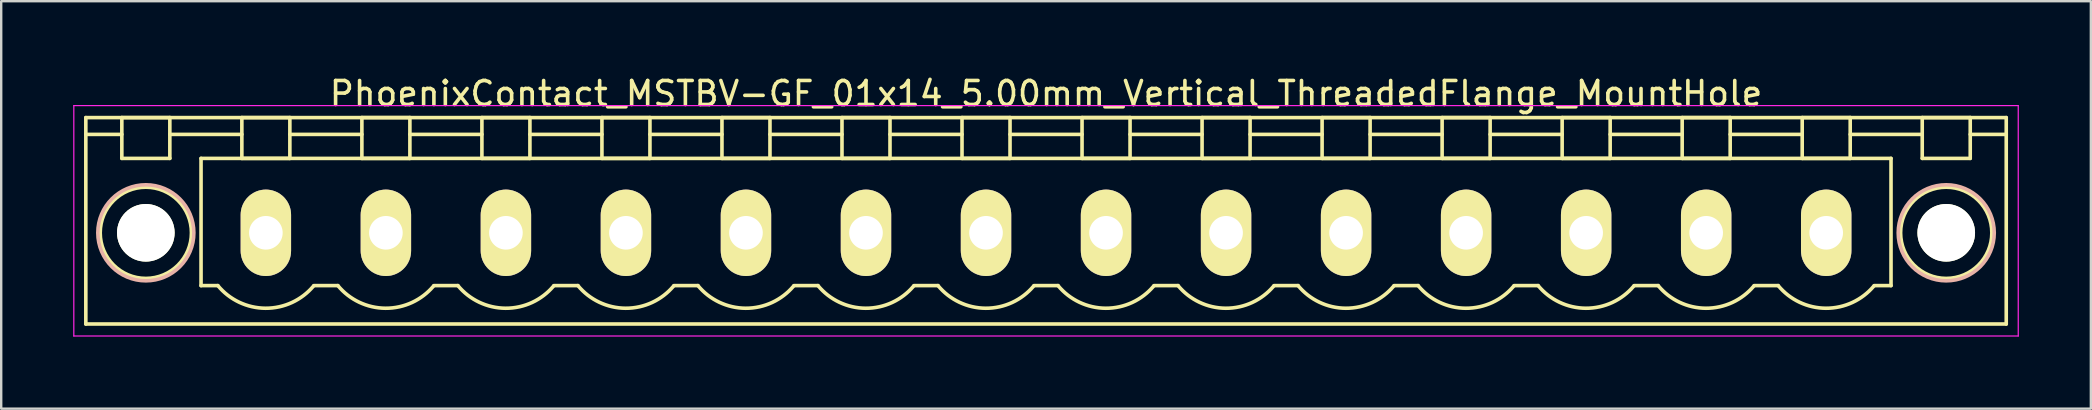
<source format=kicad_pcb>
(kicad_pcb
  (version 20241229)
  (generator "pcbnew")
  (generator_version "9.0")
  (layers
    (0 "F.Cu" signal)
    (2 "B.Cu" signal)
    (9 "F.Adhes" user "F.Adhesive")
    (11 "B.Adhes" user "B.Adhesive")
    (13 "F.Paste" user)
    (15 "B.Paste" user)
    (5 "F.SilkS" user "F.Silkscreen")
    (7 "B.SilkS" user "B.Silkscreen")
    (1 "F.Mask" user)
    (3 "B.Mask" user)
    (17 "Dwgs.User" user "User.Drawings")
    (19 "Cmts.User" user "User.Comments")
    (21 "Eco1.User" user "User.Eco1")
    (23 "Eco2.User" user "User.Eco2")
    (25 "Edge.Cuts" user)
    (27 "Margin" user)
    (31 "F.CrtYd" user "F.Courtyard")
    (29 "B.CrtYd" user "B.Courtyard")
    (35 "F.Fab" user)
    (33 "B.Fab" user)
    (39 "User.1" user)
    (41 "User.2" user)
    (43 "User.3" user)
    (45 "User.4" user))
  (footprint "PhoenixContact_MSTBV-GF_01x14_5.00mm_Vertical_ThreadedFlange_MountHole"
    (layer "F.Cu")
    (at 8.025 6.648)
    (property "Reference" "PhoenixContact_MSTBV-GF_01x14_5.00mm_Vertical_ThreadedFlange_MountHole" (at 32.5 -5.8 0) (layer "F.SilkS") (effects (font (size 1 1) (thickness 0.15))))
    (attr through_hole)
    (fp_line (start -7.5 -4.8) (end -7.5 3.8) (stroke (width 0.15) (type solid)) (layer "F.SilkS"))
    (fp_line (start -7.5 -4.1) (end -6 -4.1) (stroke (width 0.15) (type solid)) (layer "F.SilkS"))
    (fp_line (start -7.5 3.8) (end 72.5 3.8) (stroke (width 0.15) (type solid)) (layer "F.SilkS"))
    (fp_line (start -6 -4.8) (end -4 -4.8) (stroke (width 0.15) (type solid)) (layer "F.SilkS"))
    (fp_line (start -6 -3.1) (end -6 -4.8) (stroke (width 0.15) (type solid)) (layer "F.SilkS"))
    (fp_line (start -4 -4.8) (end -4 -3.1) (stroke (width 0.15) (type solid)) (layer "F.SilkS"))
    (fp_line (start -4 -4.1) (end -1 -4.1) (stroke (width 0.15) (type solid)) (layer "F.SilkS"))
    (fp_line (start -4 -3.1) (end -6 -3.1) (stroke (width 0.15) (type solid)) (layer "F.SilkS"))
    (fp_line (start -2.7 -3.1) (end 67.7 -3.1) (stroke (width 0.15) (type solid)) (layer "F.SilkS"))
    (fp_line (start -2.7 2.2) (end -2.7 -3.1) (stroke (width 0.15) (type solid)) (layer "F.SilkS"))
    (fp_line (start -2 2.2) (end -2.7 2.2) (stroke (width 0.15) (type solid)) (layer "F.SilkS"))
    (fp_line (start -1 -4.8) (end 1 -4.8) (stroke (width 0.15) (type solid)) (layer "F.SilkS"))
    (fp_line (start -1 -3.1) (end -1 -4.8) (stroke (width 0.15) (type solid)) (layer "F.SilkS"))
    (fp_line (start 1 -4.8) (end 1 -3.1) (stroke (width 0.15) (type solid)) (layer "F.SilkS"))
    (fp_line (start 1 -4.1) (end 4 -4.1) (stroke (width 0.15) (type solid)) (layer "F.SilkS"))
    (fp_line (start 1 -3.1) (end -1 -3.1) (stroke (width 0.15) (type solid)) (layer "F.SilkS"))
    (fp_line (start 2 2.2) (end 3 2.2) (stroke (width 0.15) (type solid)) (layer "F.SilkS"))
    (fp_line (start 4 -4.8) (end 6 -4.8) (stroke (width 0.15) (type solid)) (layer "F.SilkS"))
    (fp_line (start 4 -3.1) (end 4 -4.8) (stroke (width 0.15) (type solid)) (layer "F.SilkS"))
    (fp_line (start 6 -4.8) (end 6 -3.1) (stroke (width 0.15) (type solid)) (layer "F.SilkS"))
    (fp_line (start 6 -4.1) (end 9 -4.1) (stroke (width 0.15) (type solid)) (layer "F.SilkS"))
    (fp_line (start 6 -3.1) (end 4 -3.1) (stroke (width 0.15) (type solid)) (layer "F.SilkS"))
    (fp_line (start 7 2.2) (end 8 2.2) (stroke (width 0.15) (type solid)) (layer "F.SilkS"))
    (fp_line (start 9 -4.8) (end 11 -4.8) (stroke (width 0.15) (type solid)) (layer "F.SilkS"))
    (fp_line (start 9 -3.1) (end 9 -4.8) (stroke (width 0.15) (type solid)) (layer "F.SilkS"))
    (fp_line (start 11 -4.8) (end 11 -3.1) (stroke (width 0.15) (type solid)) (layer "F.SilkS"))
    (fp_line (start 11 -4.1) (end 14 -4.1) (stroke (width 0.15) (type solid)) (layer "F.SilkS"))
    (fp_line (start 11 -3.1) (end 9 -3.1) (stroke (width 0.15) (type solid)) (layer "F.SilkS"))
    (fp_line (start 12 2.2) (end 13 2.2) (stroke (width 0.15) (type solid)) (layer "F.SilkS"))
    (fp_line (start 14 -4.8) (end 16 -4.8) (stroke (width 0.15) (type solid)) (layer "F.SilkS"))
    (fp_line (start 14 -3.1) (end 14 -4.8) (stroke (width 0.15) (type solid)) (layer "F.SilkS"))
    (fp_line (start 16 -4.8) (end 16 -3.1) (stroke (width 0.15) (type solid)) (layer "F.SilkS"))
    (fp_line (start 16 -4.1) (end 19 -4.1) (stroke (width 0.15) (type solid)) (layer "F.SilkS"))
    (fp_line (start 16 -3.1) (end 14 -3.1) (stroke (width 0.15) (type solid)) (layer "F.SilkS"))
    (fp_line (start 17 2.2) (end 18 2.2) (stroke (width 0.15) (type solid)) (layer "F.SilkS"))
    (fp_line (start 19 -4.8) (end 21 -4.8) (stroke (width 0.15) (type solid)) (layer "F.SilkS"))
    (fp_line (start 19 -3.1) (end 19 -4.8) (stroke (width 0.15) (type solid)) (layer "F.SilkS"))
    (fp_line (start 21 -4.8) (end 21 -3.1) (stroke (width 0.15) (type solid)) (layer "F.SilkS"))
    (fp_line (start 21 -4.1) (end 24 -4.1) (stroke (width 0.15) (type solid)) (layer "F.SilkS"))
    (fp_line (start 21 -3.1) (end 19 -3.1) (stroke (width 0.15) (type solid)) (layer "F.SilkS"))
    (fp_line (start 22 2.2) (end 23 2.2) (stroke (width 0.15) (type solid)) (layer "F.SilkS"))
    (fp_line (start 24 -4.8) (end 26 -4.8) (stroke (width 0.15) (type solid)) (layer "F.SilkS"))
    (fp_line (start 24 -3.1) (end 24 -4.8) (stroke (width 0.15) (type solid)) (layer "F.SilkS"))
    (fp_line (start 26 -4.8) (end 26 -3.1) (stroke (width 0.15) (type solid)) (layer "F.SilkS"))
    (fp_line (start 26 -4.1) (end 29 -4.1) (stroke (width 0.15) (type solid)) (layer "F.SilkS"))
    (fp_line (start 26 -3.1) (end 24 -3.1) (stroke (width 0.15) (type solid)) (layer "F.SilkS"))
    (fp_line (start 27 2.2) (end 28 2.2) (stroke (width 0.15) (type solid)) (layer "F.SilkS"))
    (fp_line (start 29 -4.8) (end 31 -4.8) (stroke (width 0.15) (type solid)) (layer "F.SilkS"))
    (fp_line (start 29 -3.1) (end 29 -4.8) (stroke (width 0.15) (type solid)) (layer "F.SilkS"))
    (fp_line (start 31 -4.8) (end 31 -3.1) (stroke (width 0.15) (type solid)) (layer "F.SilkS"))
    (fp_line (start 31 -4.1) (end 34 -4.1) (stroke (width 0.15) (type solid)) (layer "F.SilkS"))
    (fp_line (start 31 -3.1) (end 29 -3.1) (stroke (width 0.15) (type solid)) (layer "F.SilkS"))
    (fp_line (start 32 2.2) (end 33 2.2) (stroke (width 0.15) (type solid)) (layer "F.SilkS"))
    (fp_line (start 34 -4.8) (end 36 -4.8) (stroke (width 0.15) (type solid)) (layer "F.SilkS"))
    (fp_line (start 34 -3.1) (end 34 -4.8) (stroke (width 0.15) (type solid)) (layer "F.SilkS"))
    (fp_line (start 36 -4.8) (end 36 -3.1) (stroke (width 0.15) (type solid)) (layer "F.SilkS"))
    (fp_line (start 36 -4.1) (end 39 -4.1) (stroke (width 0.15) (type solid)) (layer "F.SilkS"))
    (fp_line (start 36 -3.1) (end 34 -3.1) (stroke (width 0.15) (type solid)) (layer "F.SilkS"))
    (fp_line (start 37 2.2) (end 38 2.2) (stroke (width 0.15) (type solid)) (layer "F.SilkS"))
    (fp_line (start 39 -4.8) (end 41 -4.8) (stroke (width 0.15) (type solid)) (layer "F.SilkS"))
    (fp_line (start 39 -3.1) (end 39 -4.8) (stroke (width 0.15) (type solid)) (layer "F.SilkS"))
    (fp_line (start 41 -4.8) (end 41 -3.1) (stroke (width 0.15) (type solid)) (layer "F.SilkS"))
    (fp_line (start 41 -4.1) (end 44 -4.1) (stroke (width 0.15) (type solid)) (layer "F.SilkS"))
    (fp_line (start 41 -3.1) (end 39 -3.1) (stroke (width 0.15) (type solid)) (layer "F.SilkS"))
    (fp_line (start 42 2.2) (end 43 2.2) (stroke (width 0.15) (type solid)) (layer "F.SilkS"))
    (fp_line (start 44 -4.8) (end 46 -4.8) (stroke (width 0.15) (type solid)) (layer "F.SilkS"))
    (fp_line (start 44 -3.1) (end 44 -4.8) (stroke (width 0.15) (type solid)) (layer "F.SilkS"))
    (fp_line (start 46 -4.8) (end 46 -3.1) (stroke (width 0.15) (type solid)) (layer "F.SilkS"))
    (fp_line (start 46 -4.1) (end 49 -4.1) (stroke (width 0.15) (type solid)) (layer "F.SilkS"))
    (fp_line (start 46 -3.1) (end 44 -3.1) (stroke (width 0.15) (type solid)) (layer "F.SilkS"))
    (fp_line (start 47 2.2) (end 48 2.2) (stroke (width 0.15) (type solid)) (layer "F.SilkS"))
    (fp_line (start 49 -4.8) (end 51 -4.8) (stroke (width 0.15) (type solid)) (layer "F.SilkS"))
    (fp_line (start 49 -3.1) (end 49 -4.8) (stroke (width 0.15) (type solid)) (layer "F.SilkS"))
    (fp_line (start 51 -4.8) (end 51 -3.1) (stroke (width 0.15) (type solid)) (layer "F.SilkS"))
    (fp_line (start 51 -4.1) (end 54 -4.1) (stroke (width 0.15) (type solid)) (layer "F.SilkS"))
    (fp_line (start 51 -3.1) (end 49 -3.1) (stroke (width 0.15) (type solid)) (layer "F.SilkS"))
    (fp_line (start 52 2.2) (end 53 2.2) (stroke (width 0.15) (type solid)) (layer "F.SilkS"))
    (fp_line (start 54 -4.8) (end 56 -4.8) (stroke (width 0.15) (type solid)) (layer "F.SilkS"))
    (fp_line (start 54 -3.1) (end 54 -4.8) (stroke (width 0.15) (type solid)) (layer "F.SilkS"))
    (fp_line (start 56 -4.8) (end 56 -3.1) (stroke (width 0.15) (type solid)) (layer "F.SilkS"))
    (fp_line (start 56 -4.1) (end 59 -4.1) (stroke (width 0.15) (type solid)) (layer "F.SilkS"))
    (fp_line (start 56 -3.1) (end 54 -3.1) (stroke (width 0.15) (type solid)) (layer "F.SilkS"))
    (fp_line (start 57 2.2) (end 58 2.2) (stroke (width 0.15) (type solid)) (layer "F.SilkS"))
    (fp_line (start 59 -4.8) (end 61 -4.8) (stroke (width 0.15) (type solid)) (layer "F.SilkS"))
    (fp_line (start 59 -3.1) (end 59 -4.8) (stroke (width 0.15) (type solid)) (layer "F.SilkS"))
    (fp_line (start 61 -4.8) (end 61 -3.1) (stroke (width 0.15) (type solid)) (layer "F.SilkS"))
    (fp_line (start 61 -4.1) (end 64 -4.1) (stroke (width 0.15) (type solid)) (layer "F.SilkS"))
    (fp_line (start 61 -3.1) (end 59 -3.1) (stroke (width 0.15) (type solid)) (layer "F.SilkS"))
    (fp_line (start 62 2.2) (end 63 2.2) (stroke (width 0.15) (type solid)) (layer "F.SilkS"))
    (fp_line (start 64 -4.8) (end 66 -4.8) (stroke (width 0.15) (type solid)) (layer "F.SilkS"))
    (fp_line (start 64 -3.1) (end 64 -4.8) (stroke (width 0.15) (type solid)) (layer "F.SilkS"))
    (fp_line (start 66 -4.8) (end 66 -3.1) (stroke (width 0.15) (type solid)) (layer "F.SilkS"))
    (fp_line (start 66 -4.1) (end 69 -4.1) (stroke (width 0.15) (type solid)) (layer "F.SilkS"))
    (fp_line (start 66 -3.1) (end 64 -3.1) (stroke (width 0.15) (type solid)) (layer "F.SilkS"))
    (fp_line (start 67.7 -3.1) (end 67.7 2.2) (stroke (width 0.15) (type solid)) (layer "F.SilkS"))
    (fp_line (start 67.7 2.2) (end 67 2.2) (stroke (width 0.15) (type solid)) (layer "F.SilkS"))
    (fp_line (start 69 -4.8) (end 71 -4.8) (stroke (width 0.15) (type solid)) (layer "F.SilkS"))
    (fp_line (start 69 -3.1) (end 69 -4.8) (stroke (width 0.15) (type solid)) (layer "F.SilkS"))
    (fp_line (start 71 -4.8) (end 71 -3.1) (stroke (width 0.15) (type solid)) (layer "F.SilkS"))
    (fp_line (start 71 -3.1) (end 69 -3.1) (stroke (width 0.15) (type solid)) (layer "F.SilkS"))
    (fp_line (start 72.5 -4.8) (end -7.5 -4.8) (stroke (width 0.15) (type solid)) (layer "F.SilkS"))
    (fp_line (start 72.5 -4.1) (end 71 -4.1) (stroke (width 0.15) (type solid)) (layer "F.SilkS"))
    (fp_line (start 72.5 3.8) (end 72.5 -4.8) (stroke (width 0.15) (type solid)) (layer "F.SilkS"))
    (fp_arc (start 1.986842 2.215821) (mid -0.010289 3.142758) (end -2 2.2) (stroke (width 0.15) (type solid)) (layer "F.SilkS"))
    (fp_arc (start 6.986842 2.215821) (mid 4.989711 3.142758) (end 3 2.2) (stroke (width 0.15) (type solid)) (layer "F.SilkS"))
    (fp_arc (start 11.986842 2.215821) (mid 9.989711 3.142758) (end 8 2.2) (stroke (width 0.15) (type solid)) (layer "F.SilkS"))
    (fp_arc (start 16.986842 2.215821) (mid 14.989711 3.142758) (end 13 2.2) (stroke (width 0.15) (type solid)) (layer "F.SilkS"))
    (fp_arc (start 21.986842 2.215821) (mid 19.989711 3.142758) (end 18 2.2) (stroke (width 0.15) (type solid)) (layer "F.SilkS"))
    (fp_arc (start 26.986842 2.215821) (mid 24.989711 3.142758) (end 23 2.2) (stroke (width 0.15) (type solid)) (layer "F.SilkS"))
    (fp_arc (start 31.986842 2.215821) (mid 29.989711 3.142758) (end 28 2.2) (stroke (width 0.15) (type solid)) (layer "F.SilkS"))
    (fp_arc (start 36.986842 2.215821) (mid 34.989711 3.142758) (end 33 2.2) (stroke (width 0.15) (type solid)) (layer "F.SilkS"))
    (fp_arc (start 41.986842 2.215821) (mid 39.989711 3.142758) (end 38 2.2) (stroke (width 0.15) (type solid)) (layer "F.SilkS"))
    (fp_arc (start 46.986842 2.215821) (mid 44.989711 3.142758) (end 43 2.2) (stroke (width 0.15) (type solid)) (layer "F.SilkS"))
    (fp_arc (start 51.986842 2.215821) (mid 49.989711 3.142758) (end 48 2.2) (stroke (width 0.15) (type solid)) (layer "F.SilkS"))
    (fp_arc (start 56.986842 2.215821) (mid 54.989711 3.142758) (end 53 2.2) (stroke (width 0.15) (type solid)) (layer "F.SilkS"))
    (fp_arc (start 61.986842 2.215821) (mid 59.989711 3.142758) (end 58 2.2) (stroke (width 0.15) (type solid)) (layer "F.SilkS"))
    (fp_arc (start 66.986842 2.215821) (mid 64.989711 3.142758) (end 63 2.2) (stroke (width 0.15) (type solid)) (layer "F.SilkS"))
    (fp_circle (center -5 0) (end -4 0) (stroke (width 0.15) (type solid)) (fill no) (layer "F.SilkS"))
    (fp_circle (center -5 0) (end -3.1 0) (stroke (width 0.15) (type solid)) (fill no) (layer "F.SilkS"))
    (fp_circle (center 70 0) (end 71 0) (stroke (width 0.15) (type solid)) (fill no) (layer "F.SilkS"))
    (fp_circle (center 70 0) (end 71.9 0) (stroke (width 0.15) (type solid)) (fill no) (layer "F.SilkS"))
    (fp_circle (center -5 0) (end -3 0) (stroke (width 0.15) (type solid)) (fill no) (layer "B.SilkS"))
    (fp_circle (center 70 0) (end 72 0) (stroke (width 0.15) (type solid)) (fill no) (layer "B.SilkS"))
    (fp_line (start -8 -5.3) (end -8 4.3) (stroke (width 0.05) (type solid)) (layer "F.CrtYd"))
    (fp_line (start -8 4.3) (end 73 4.3) (stroke (width 0.05) (type solid)) (layer "F.CrtYd"))
    (fp_line (start 73 -5.3) (end -8 -5.3) (stroke (width 0.05) (type solid)) (layer "F.CrtYd"))
    (fp_line (start 73 4.3) (end 73 -5.3) (stroke (width 0.05) (type solid)) (layer "F.CrtYd"))
    (pad "" np_thru_hole circle (at -5 0) (size 2.4 2.4) (drill 2.4) (layers "*.Cu" "*.Mask" "F.SilkS"))
    (pad "" np_thru_hole circle (at 70 0) (size 2.4 2.4) (drill 2.4) (layers "*.Cu" "*.Mask" "F.SilkS"))
    (pad "1" thru_hole oval (at 0 0) (size 2.1 3.6) (drill 1.4) (layers "*.Cu" "*.Mask" "F.SilkS"))
    (pad "2" thru_hole oval (at 5 0) (size 2.1 3.6) (drill 1.4) (layers "*.Cu" "*.Mask" "F.SilkS"))
    (pad "3" thru_hole oval (at 10 0) (size 2.1 3.6) (drill 1.4) (layers "*.Cu" "*.Mask" "F.SilkS"))
    (pad "4" thru_hole oval (at 15 0) (size 2.1 3.6) (drill 1.4) (layers "*.Cu" "*.Mask" "F.SilkS"))
    (pad "5" thru_hole oval (at 20 0) (size 2.1 3.6) (drill 1.4) (layers "*.Cu" "*.Mask" "F.SilkS"))
    (pad "6" thru_hole oval (at 25 0) (size 2.1 3.6) (drill 1.4) (layers "*.Cu" "*.Mask" "F.SilkS"))
    (pad "7" thru_hole oval (at 30 0) (size 2.1 3.6) (drill 1.4) (layers "*.Cu" "*.Mask" "F.SilkS"))
    (pad "8" thru_hole oval (at 35 0) (size 2.1 3.6) (drill 1.4) (layers "*.Cu" "*.Mask" "F.SilkS"))
    (pad "9" thru_hole oval (at 40 0) (size 2.1 3.6) (drill 1.4) (layers "*.Cu" "*.Mask" "F.SilkS"))
    (pad "10" thru_hole oval (at 45 0) (size 2.1 3.6) (drill 1.4) (layers "*.Cu" "*.Mask" "F.SilkS"))
    (pad "11" thru_hole oval (at 50 0) (size 2.1 3.6) (drill 1.4) (layers "*.Cu" "*.Mask" "F.SilkS"))
    (pad "12" thru_hole oval (at 55 0) (size 2.1 3.6) (drill 1.4) (layers "*.Cu" "*.Mask" "F.SilkS"))
    (pad "13" thru_hole oval (at 60 0) (size 2.1 3.6) (drill 1.4) (layers "*.Cu" "*.Mask" "F.SilkS"))
    (pad "14" thru_hole oval (at 65 0) (size 2.1 3.6) (drill 1.4) (layers "*.Cu" "*.Mask" "F.SilkS")))
  (gr_rect
    (start -3 -3)
    (end 84.05 13.973)
    (stroke (width 0.1) (type default))
    (fill no)
    (layer "Edge.Cuts")))
</source>
